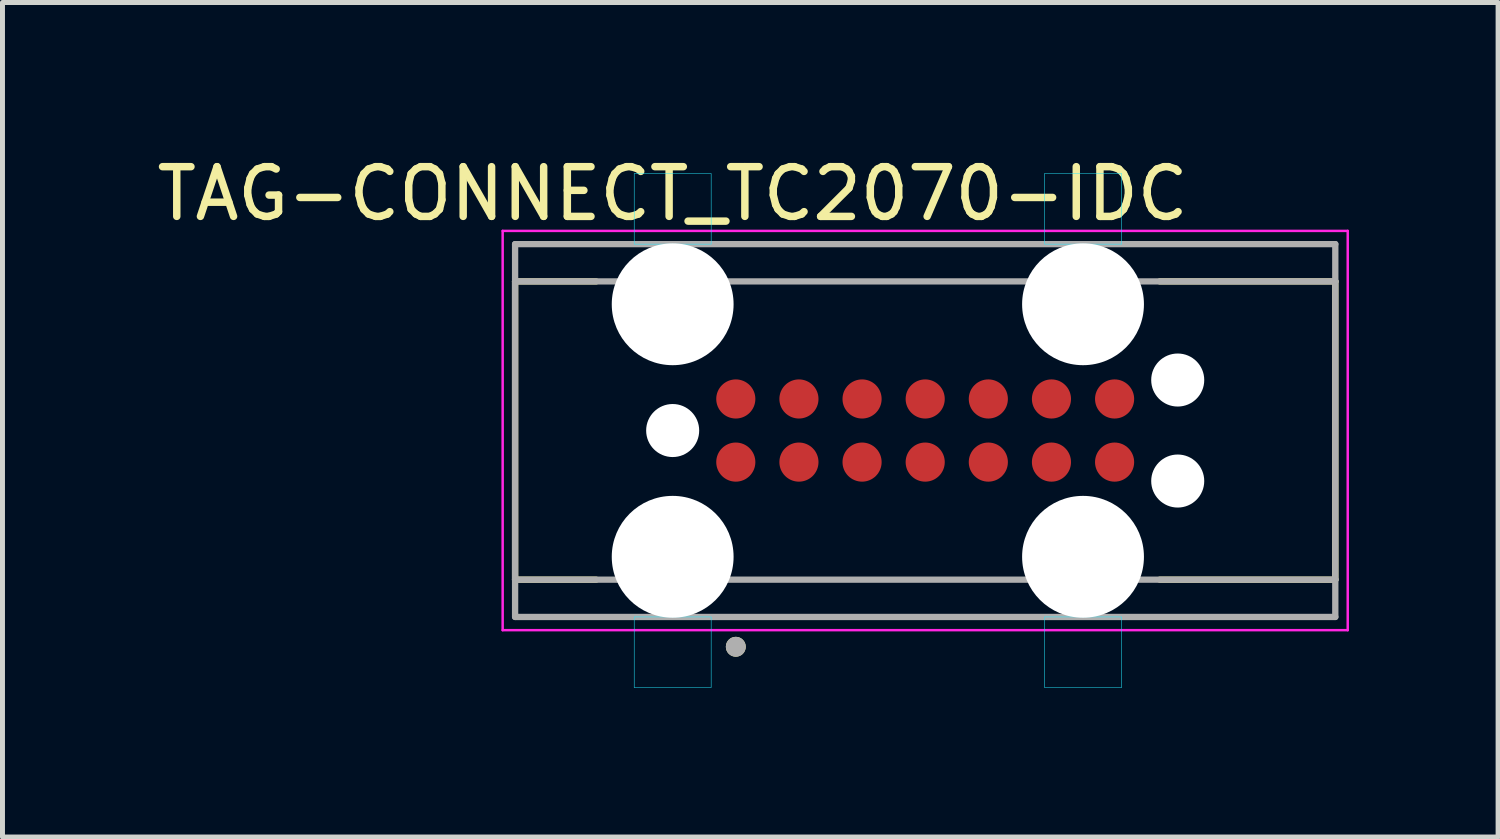
<source format=kicad_pcb>
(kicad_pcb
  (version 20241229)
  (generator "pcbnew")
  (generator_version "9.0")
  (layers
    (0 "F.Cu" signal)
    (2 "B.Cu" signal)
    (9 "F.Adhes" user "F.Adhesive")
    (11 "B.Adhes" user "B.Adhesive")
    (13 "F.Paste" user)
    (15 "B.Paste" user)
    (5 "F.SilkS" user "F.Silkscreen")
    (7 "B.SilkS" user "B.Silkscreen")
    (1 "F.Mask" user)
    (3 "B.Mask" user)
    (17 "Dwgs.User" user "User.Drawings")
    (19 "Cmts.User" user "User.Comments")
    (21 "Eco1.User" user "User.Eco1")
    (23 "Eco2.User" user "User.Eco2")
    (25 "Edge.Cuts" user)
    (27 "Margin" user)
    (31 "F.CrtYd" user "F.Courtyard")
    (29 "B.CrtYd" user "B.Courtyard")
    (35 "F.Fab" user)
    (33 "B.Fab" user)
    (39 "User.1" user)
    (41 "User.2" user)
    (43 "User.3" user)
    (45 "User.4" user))
  (footprint "TAG-CONNECT_TC2070-IDC"
    (layer "F.Cu")
    (at 15.562 5.611)
    (property "Reference" "TAG-CONNECT_TC2070-IDC" (at -5.08 -4.763 0) (layer "F.SilkS") (effects (font (size 1 1) (thickness 0.15))))
    (attr smd)
    (fp_line (start -8.25 -3) (end -6.62 -3) (stroke (width 0.127) (type solid)) (layer "F.SilkS"))
    (fp_line (start -8.25 3) (end -8.25 -3) (stroke (width 0.127) (type solid)) (layer "F.SilkS"))
    (fp_line (start -6.62 3) (end -8.25 3) (stroke (width 0.127) (type solid)) (layer "F.SilkS"))
    (fp_line (start 4.72 -3) (end 8.25 -3) (stroke (width 0.127) (type solid)) (layer "F.SilkS"))
    (fp_line (start 8.25 -3) (end 8.25 3) (stroke (width 0.127) (type solid)) (layer "F.SilkS"))
    (fp_line (start 8.25 3) (end 4.72 3) (stroke (width 0.127) (type solid)) (layer "F.SilkS"))
    (fp_circle (center -3.81 4.35) (end -3.71 4.35) (stroke (width 0.2) (type solid)) (fill no) (layer "F.SilkS"))
    (fp_poly (pts (xy -5.854 -5.172) (xy -4.306 -5.172) (xy -4.306 -3.75) (xy -5.854 -3.75)) (stroke (width 0.01) (type solid)) (fill no) (layer "B.CrtYd"))
    (fp_poly (pts (xy -5.854 3.75) (xy -4.306 3.75) (xy -4.306 5.172) (xy -5.854 5.172)) (stroke (width 0.01) (type solid)) (fill no) (layer "B.CrtYd"))
    (fp_poly (pts (xy 2.401 -5.172) (xy 3.95 -5.172) (xy 3.95 -3.75) (xy 2.401 -3.75)) (stroke (width 0.01) (type solid)) (fill no) (layer "B.CrtYd"))
    (fp_poly (pts (xy 2.401 3.75) (xy 3.95 3.75) (xy 3.95 5.172) (xy 2.401 5.172)) (stroke (width 0.01) (type solid)) (fill no) (layer "B.CrtYd"))
    (fp_line (start -8.5 -4.016) (end -8.5 4.016) (stroke (width 0.05) (type solid)) (layer "F.CrtYd"))
    (fp_line (start -8.5 4.016) (end 8.5 4.016) (stroke (width 0.05) (type solid)) (layer "F.CrtYd"))
    (fp_line (start 8.5 -4.016) (end -8.5 -4.016) (stroke (width 0.05) (type solid)) (layer "F.CrtYd"))
    (fp_line (start 8.5 4.016) (end 8.5 -4.016) (stroke (width 0.05) (type solid)) (layer "F.CrtYd"))
    (fp_line (start -8.25 -3.75) (end 8.25 -3.75) (stroke (width 0.127) (type solid)) (layer "F.Fab"))
    (fp_line (start -8.25 -3) (end -8.25 -3.75) (stroke (width 0.127) (type solid)) (layer "F.Fab"))
    (fp_line (start -8.25 -3) (end 8.25 -3) (stroke (width 0.127) (type solid)) (layer "F.Fab"))
    (fp_line (start -8.25 3) (end -8.25 -3) (stroke (width 0.127) (type solid)) (layer "F.Fab"))
    (fp_line (start -8.25 3.75) (end -8.25 3) (stroke (width 0.127) (type solid)) (layer "F.Fab"))
    (fp_line (start 8.25 -3.75) (end 8.25 -3) (stroke (width 0.127) (type solid)) (layer "F.Fab"))
    (fp_line (start 8.25 -3) (end 8.25 3) (stroke (width 0.127) (type solid)) (layer "F.Fab"))
    (fp_line (start 8.25 3) (end -8.25 3) (stroke (width 0.127) (type solid)) (layer "F.Fab"))
    (fp_line (start 8.25 3) (end 8.25 3.75) (stroke (width 0.127) (type solid)) (layer "F.Fab"))
    (fp_line (start 8.25 3.75) (end -8.25 3.75) (stroke (width 0.127) (type solid)) (layer "F.Fab"))
    (fp_circle (center -3.81 4.35) (end -3.71 4.35) (stroke (width 0.2) (type solid)) (fill no) (layer "F.Fab"))
    (pad "" np_thru_hole circle (at -5.08 -2.54) (size 2.451 2.451) (drill 2.451) (layers "*.Cu" "*.Mask"))
    (pad "" np_thru_hole circle (at -5.08 0) (size 1.067 1.067) (drill 1.067) (layers "*.Cu" "*.Mask"))
    (pad "" np_thru_hole circle (at -5.08 2.54) (size 2.451 2.451) (drill 2.451) (layers "*.Cu" "*.Mask"))
    (pad "" np_thru_hole circle (at 3.175 -2.54) (size 2.451 2.451) (drill 2.451) (layers "*.Cu" "*.Mask"))
    (pad "" np_thru_hole circle (at 3.175 2.54) (size 2.451 2.451) (drill 2.451) (layers "*.Cu" "*.Mask"))
    (pad "" np_thru_hole circle (at 5.08 -1.016) (size 1.067 1.067) (drill 1.067) (layers "*.Cu" "*.Mask"))
    (pad "" np_thru_hole circle (at 5.08 1.016) (size 1.067 1.067) (drill 1.067) (layers "*.Cu" "*.Mask"))
    (pad "1" smd circle (at -3.81 0.635) (size 0.787 0.787) (layers "F.Cu" "F.Mask"))
    (pad "2" smd circle (at -2.54 0.635) (size 0.787 0.787) (layers "F.Cu" "F.Mask"))
    (pad "3" smd circle (at -1.27 0.635) (size 0.787 0.787) (layers "F.Cu" "F.Mask"))
    (pad "4" smd circle (at 0 0.635) (size 0.787 0.787) (layers "F.Cu" "F.Mask"))
    (pad "5" smd circle (at 1.27 0.635) (size 0.787 0.787) (layers "F.Cu" "F.Mask"))
    (pad "6" smd circle (at 2.54 0.635) (size 0.787 0.787) (layers "F.Cu" "F.Mask"))
    (pad "7" smd circle (at 3.81 0.635) (size 0.787 0.787) (layers "F.Cu" "F.Mask"))
    (pad "8" smd circle (at 3.81 -0.635) (size 0.787 0.787) (layers "F.Cu" "F.Mask"))
    (pad "9" smd circle (at 2.54 -0.635) (size 0.787 0.787) (layers "F.Cu" "F.Mask"))
    (pad "10" smd circle (at 1.27 -0.635) (size 0.787 0.787) (layers "F.Cu" "F.Mask"))
    (pad "11" smd circle (at 0 -0.635) (size 0.787 0.787) (layers "F.Cu" "F.Mask"))
    (pad "12" smd circle (at -1.27 -0.635) (size 0.787 0.787) (layers "F.Cu" "F.Mask"))
    (pad "13" smd circle (at -2.54 -0.635) (size 0.787 0.787) (layers "F.Cu" "F.Mask"))
    (pad "14" smd circle (at -3.81 -0.635) (size 0.787 0.787) (layers "F.Cu" "F.Mask")))
  (gr_rect
    (start -3 -3)
    (end 27.087 13.788)
    (stroke (width 0.1) (type default))
    (fill no)
    (layer "Edge.Cuts")))
</source>
